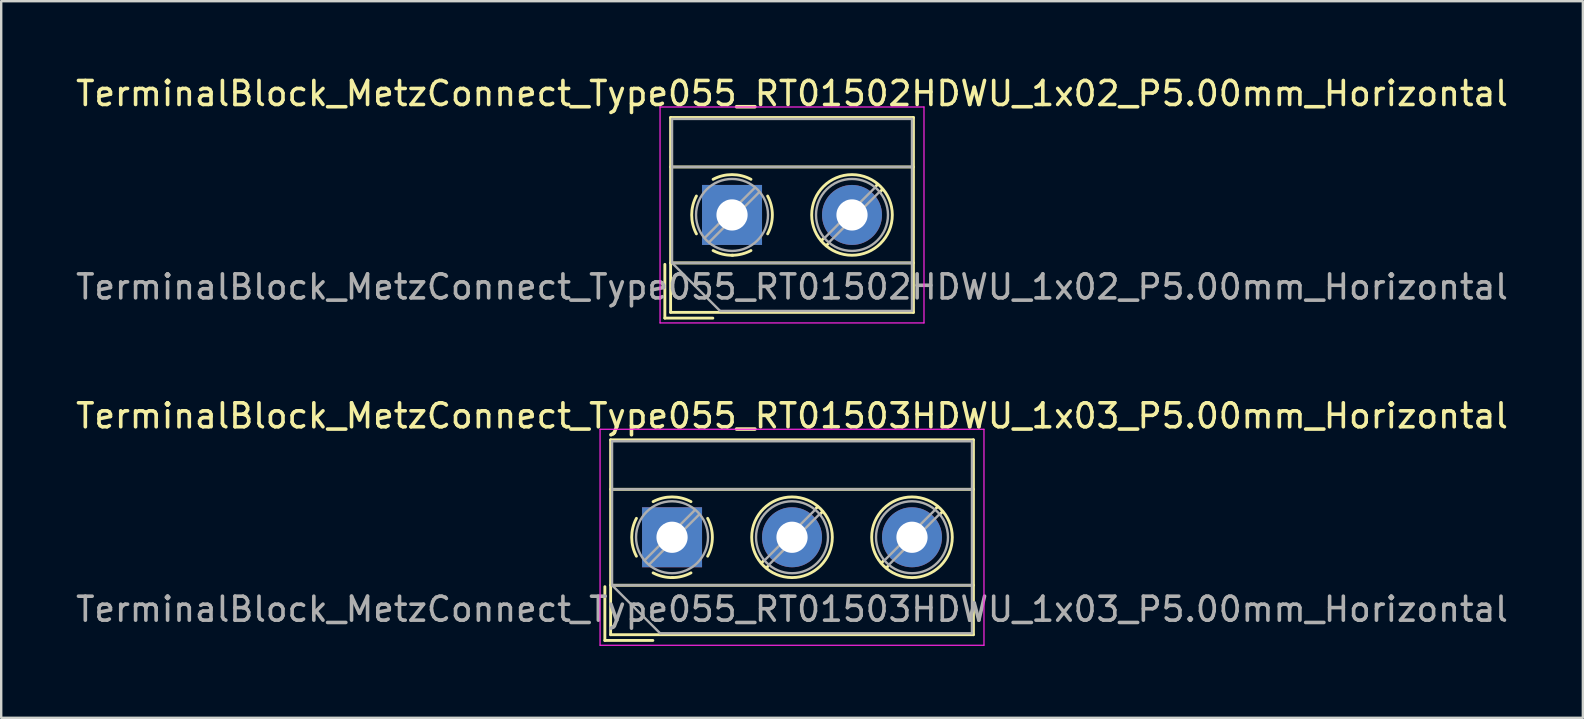
<source format=kicad_pcb>
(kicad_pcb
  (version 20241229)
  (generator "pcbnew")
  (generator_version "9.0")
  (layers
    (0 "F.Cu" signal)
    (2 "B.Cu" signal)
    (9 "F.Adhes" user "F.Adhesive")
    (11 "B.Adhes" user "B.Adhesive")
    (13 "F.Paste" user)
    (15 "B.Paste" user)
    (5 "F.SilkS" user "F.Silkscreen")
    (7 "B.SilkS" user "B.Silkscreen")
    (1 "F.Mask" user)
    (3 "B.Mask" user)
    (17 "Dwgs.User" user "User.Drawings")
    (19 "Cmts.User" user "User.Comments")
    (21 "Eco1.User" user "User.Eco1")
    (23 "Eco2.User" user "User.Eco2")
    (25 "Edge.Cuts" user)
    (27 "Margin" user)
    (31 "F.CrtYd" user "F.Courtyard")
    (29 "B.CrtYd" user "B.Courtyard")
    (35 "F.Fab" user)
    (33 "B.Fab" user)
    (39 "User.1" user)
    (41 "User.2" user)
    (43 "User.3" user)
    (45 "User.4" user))
  (footprint "TerminalBlock_MetzConnect_Type055_RT01502HDWU_1x02_P5.00mm_Horizontal"
    (layer "F.Cu")
    (at 27.458 5.908)
    (property "Reference" "TerminalBlock_MetzConnect_Type055_RT01502HDWU_1x02_P5.00mm_Horizontal" (at 2.5 -5.06 0) (layer "F.SilkS") (effects (font (size 1 1) (thickness 0.15))))
    (attr through_hole)
    (fp_line (start -2.8 2.06) (end -2.8 4.3) (stroke (width 0.12) (type solid)) (layer "F.SilkS"))
    (fp_line (start -2.8 4.3) (end -0.8 4.3) (stroke (width 0.12) (type solid)) (layer "F.SilkS"))
    (fp_line (start -2.56 -4.06) (end -2.56 4.06) (stroke (width 0.12) (type solid)) (layer "F.SilkS"))
    (fp_line (start -2.56 -4.06) (end 7.56 -4.06) (stroke (width 0.12) (type solid)) (layer "F.SilkS"))
    (fp_line (start -2.56 -2) (end 7.56 -2) (stroke (width 0.12) (type solid)) (layer "F.SilkS"))
    (fp_line (start -2.56 2) (end 7.56 2) (stroke (width 0.12) (type solid)) (layer "F.SilkS"))
    (fp_line (start -2.56 4.06) (end 7.56 4.06) (stroke (width 0.12) (type solid)) (layer "F.SilkS"))
    (fp_line (start 3.82 0.976) (end 3.726 1.069) (stroke (width 0.12) (type solid)) (layer "F.SilkS"))
    (fp_line (start 3.99 1.216) (end 3.931 1.274) (stroke (width 0.12) (type solid)) (layer "F.SilkS"))
    (fp_line (start 6.07 -1.275) (end 6.011 -1.216) (stroke (width 0.12) (type solid)) (layer "F.SilkS"))
    (fp_line (start 6.275 -1.069) (end 6.181 -0.976) (stroke (width 0.12) (type solid)) (layer "F.SilkS"))
    (fp_line (start 7.56 -4.06) (end 7.56 4.06) (stroke (width 0.12) (type solid)) (layer "F.SilkS"))
    (fp_arc (start -1.483953 0.789089) (mid -1.680708 0.00005) (end -1.484 -0.789) (stroke (width 0.12) (type solid)) (layer "F.SilkS"))
    (fp_arc (start -0.789089 -1.483953) (mid -0.00005 -1.680708) (end 0.789 -1.484) (stroke (width 0.12) (type solid)) (layer "F.SilkS"))
    (fp_arc (start 0.029383 1.68045) (mid -0.392304 1.634281) (end -0.789 1.484) (stroke (width 0.12) (type solid)) (layer "F.SilkS"))
    (fp_arc (start 0.788712 1.483352) (mid 0.406429 1.630097) (end 0 1.68) (stroke (width 0.12) (type solid)) (layer "F.SilkS"))
    (fp_arc (start 1.483953 -0.789089) (mid 1.680708 -0.00005) (end 1.484 0.789) (stroke (width 0.12) (type solid)) (layer "F.SilkS"))
    (fp_circle (center 5 0) (end 6.68 0) (stroke (width 0.12) (type solid)) (fill no) (layer "F.SilkS"))
    (fp_line (start -3 -4.5) (end -3 4.5) (stroke (width 0.05) (type solid)) (layer "F.CrtYd"))
    (fp_line (start -3 4.5) (end 8 4.5) (stroke (width 0.05) (type solid)) (layer "F.CrtYd"))
    (fp_line (start 8 -4.5) (end -3 -4.5) (stroke (width 0.05) (type solid)) (layer "F.CrtYd"))
    (fp_line (start 8 4.5) (end 8 -4.5) (stroke (width 0.05) (type solid)) (layer "F.CrtYd"))
    (fp_line (start -2.5 -4) (end 7.5 -4) (stroke (width 0.1) (type solid)) (layer "F.Fab"))
    (fp_line (start -2.5 -2) (end 7.5 -2) (stroke (width 0.1) (type solid)) (layer "F.Fab"))
    (fp_line (start -2.5 2) (end -2.5 -4) (stroke (width 0.1) (type solid)) (layer "F.Fab"))
    (fp_line (start -2.5 2) (end 7.5 2) (stroke (width 0.1) (type solid)) (layer "F.Fab"))
    (fp_line (start -0.5 4) (end -2.5 2) (stroke (width 0.1) (type solid)) (layer "F.Fab"))
    (fp_line (start 0.955 -1.138) (end -1.138 0.955) (stroke (width 0.1) (type solid)) (layer "F.Fab"))
    (fp_line (start 1.138 -0.955) (end -0.955 1.138) (stroke (width 0.1) (type solid)) (layer "F.Fab"))
    (fp_line (start 5.955 -1.138) (end 3.863 0.955) (stroke (width 0.1) (type solid)) (layer "F.Fab"))
    (fp_line (start 6.138 -0.955) (end 4.046 1.138) (stroke (width 0.1) (type solid)) (layer "F.Fab"))
    (fp_line (start 7.5 -4) (end 7.5 4) (stroke (width 0.1) (type solid)) (layer "F.Fab"))
    (fp_line (start 7.5 4) (end -0.5 4) (stroke (width 0.1) (type solid)) (layer "F.Fab"))
    (fp_circle (center 0 0) (end 1.5 0) (stroke (width 0.1) (type solid)) (fill no) (layer "F.Fab"))
    (fp_circle (center 5 0) (end 6.5 0) (stroke (width 0.1) (type solid)) (fill no) (layer "F.Fab"))
    (fp_text user "${REFERENCE}" (at 2.5 3 0) (layer "F.Fab") (effects (font (size 1 1) (thickness 0.15))))
    (pad "1" thru_hole rect (at 0 0) (size 2.5 2.5) (drill 1.3) (layers "*.Cu" "*.Mask"))
    (pad "2" thru_hole circle (at 5 0) (size 2.5 2.5) (drill 1.3) (layers "*.Cu" "*.Mask")))
  (footprint "TerminalBlock_MetzConnect_Type055_RT01503HDWU_1x03_P5.00mm_Horizontal"
    (layer "F.Cu")
    (at 24.958 19.341)
    (property "Reference" "TerminalBlock_MetzConnect_Type055_RT01503HDWU_1x03_P5.00mm_Horizontal" (at 5 -5.06 0) (layer "F.SilkS") (effects (font (size 1 1) (thickness 0.15))))
    (attr through_hole)
    (fp_line (start -2.8 2.06) (end -2.8 4.3) (stroke (width 0.12) (type solid)) (layer "F.SilkS"))
    (fp_line (start -2.8 4.3) (end -0.8 4.3) (stroke (width 0.12) (type solid)) (layer "F.SilkS"))
    (fp_line (start -2.56 -4.06) (end -2.56 4.06) (stroke (width 0.12) (type solid)) (layer "F.SilkS"))
    (fp_line (start -2.56 -4.06) (end 12.56 -4.06) (stroke (width 0.12) (type solid)) (layer "F.SilkS"))
    (fp_line (start -2.56 -2) (end 12.56 -2) (stroke (width 0.12) (type solid)) (layer "F.SilkS"))
    (fp_line (start -2.56 2) (end 12.56 2) (stroke (width 0.12) (type solid)) (layer "F.SilkS"))
    (fp_line (start -2.56 4.06) (end 12.56 4.06) (stroke (width 0.12) (type solid)) (layer "F.SilkS"))
    (fp_line (start 3.82 0.976) (end 3.726 1.069) (stroke (width 0.12) (type solid)) (layer "F.SilkS"))
    (fp_line (start 3.99 1.216) (end 3.931 1.274) (stroke (width 0.12) (type solid)) (layer "F.SilkS"))
    (fp_line (start 6.07 -1.275) (end 6.011 -1.216) (stroke (width 0.12) (type solid)) (layer "F.SilkS"))
    (fp_line (start 6.275 -1.069) (end 6.181 -0.976) (stroke (width 0.12) (type solid)) (layer "F.SilkS"))
    (fp_line (start 8.82 0.976) (end 8.726 1.069) (stroke (width 0.12) (type solid)) (layer "F.SilkS"))
    (fp_line (start 8.99 1.216) (end 8.931 1.274) (stroke (width 0.12) (type solid)) (layer "F.SilkS"))
    (fp_line (start 11.07 -1.275) (end 11.011 -1.216) (stroke (width 0.12) (type solid)) (layer "F.SilkS"))
    (fp_line (start 11.275 -1.069) (end 11.181 -0.976) (stroke (width 0.12) (type solid)) (layer "F.SilkS"))
    (fp_line (start 12.56 -4.06) (end 12.56 4.06) (stroke (width 0.12) (type solid)) (layer "F.SilkS"))
    (fp_arc (start -1.483953 0.789089) (mid -1.680708 0.00005) (end -1.484 -0.789) (stroke (width 0.12) (type solid)) (layer "F.SilkS"))
    (fp_arc (start -0.789089 -1.483953) (mid -0.00005 -1.680708) (end 0.789 -1.484) (stroke (width 0.12) (type solid)) (layer "F.SilkS"))
    (fp_arc (start 0.029383 1.68045) (mid -0.392304 1.634281) (end -0.789 1.484) (stroke (width 0.12) (type solid)) (layer "F.SilkS"))
    (fp_arc (start 0.788712 1.483352) (mid 0.406429 1.630097) (end 0 1.68) (stroke (width 0.12) (type solid)) (layer "F.SilkS"))
    (fp_arc (start 1.483953 -0.789089) (mid 1.680708 -0.00005) (end 1.484 0.789) (stroke (width 0.12) (type solid)) (layer "F.SilkS"))
    (fp_circle (center 5 0) (end 6.68 0) (stroke (width 0.12) (type solid)) (fill no) (layer "F.SilkS"))
    (fp_circle (center 10 0) (end 11.68 0) (stroke (width 0.12) (type solid)) (fill no) (layer "F.SilkS"))
    (fp_line (start -3 -4.5) (end -3 4.5) (stroke (width 0.05) (type solid)) (layer "F.CrtYd"))
    (fp_line (start -3 4.5) (end 13 4.5) (stroke (width 0.05) (type solid)) (layer "F.CrtYd"))
    (fp_line (start 13 -4.5) (end -3 -4.5) (stroke (width 0.05) (type solid)) (layer "F.CrtYd"))
    (fp_line (start 13 4.5) (end 13 -4.5) (stroke (width 0.05) (type solid)) (layer "F.CrtYd"))
    (fp_line (start -2.5 -4) (end 12.5 -4) (stroke (width 0.1) (type solid)) (layer "F.Fab"))
    (fp_line (start -2.5 -2) (end 12.5 -2) (stroke (width 0.1) (type solid)) (layer "F.Fab"))
    (fp_line (start -2.5 2) (end -2.5 -4) (stroke (width 0.1) (type solid)) (layer "F.Fab"))
    (fp_line (start -2.5 2) (end 12.5 2) (stroke (width 0.1) (type solid)) (layer "F.Fab"))
    (fp_line (start -0.5 4) (end -2.5 2) (stroke (width 0.1) (type solid)) (layer "F.Fab"))
    (fp_line (start 0.955 -1.138) (end -1.138 0.955) (stroke (width 0.1) (type solid)) (layer "F.Fab"))
    (fp_line (start 1.138 -0.955) (end -0.955 1.138) (stroke (width 0.1) (type solid)) (layer "F.Fab"))
    (fp_line (start 5.955 -1.138) (end 3.863 0.955) (stroke (width 0.1) (type solid)) (layer "F.Fab"))
    (fp_line (start 6.138 -0.955) (end 4.046 1.138) (stroke (width 0.1) (type solid)) (layer "F.Fab"))
    (fp_line (start 10.955 -1.138) (end 8.863 0.955) (stroke (width 0.1) (type solid)) (layer "F.Fab"))
    (fp_line (start 11.138 -0.955) (end 9.046 1.138) (stroke (width 0.1) (type solid)) (layer "F.Fab"))
    (fp_line (start 12.5 -4) (end 12.5 4) (stroke (width 0.1) (type solid)) (layer "F.Fab"))
    (fp_line (start 12.5 4) (end -0.5 4) (stroke (width 0.1) (type solid)) (layer "F.Fab"))
    (fp_circle (center 0 0) (end 1.5 0) (stroke (width 0.1) (type solid)) (fill no) (layer "F.Fab"))
    (fp_circle (center 5 0) (end 6.5 0) (stroke (width 0.1) (type solid)) (fill no) (layer "F.Fab"))
    (fp_circle (center 10 0) (end 11.5 0) (stroke (width 0.1) (type solid)) (fill no) (layer "F.Fab"))
    (fp_text user "${REFERENCE}" (at 5 3 0) (layer "F.Fab") (effects (font (size 1 1) (thickness 0.15))))
    (pad "1" thru_hole rect (at 0 0) (size 2.5 2.5) (drill 1.3) (layers "*.Cu" "*.Mask"))
    (pad "2" thru_hole circle (at 5 0) (size 2.5 2.5) (drill 1.3) (layers "*.Cu" "*.Mask"))
    (pad "3" thru_hole circle (at 10 0) (size 2.5 2.5) (drill 1.3) (layers "*.Cu" "*.Mask")))
  (gr_rect
    (start -3 -3)
    (end 62.917 26.866)
    (stroke (width 0.1) (type default))
    (fill no)
    (layer "Edge.Cuts")))
</source>
